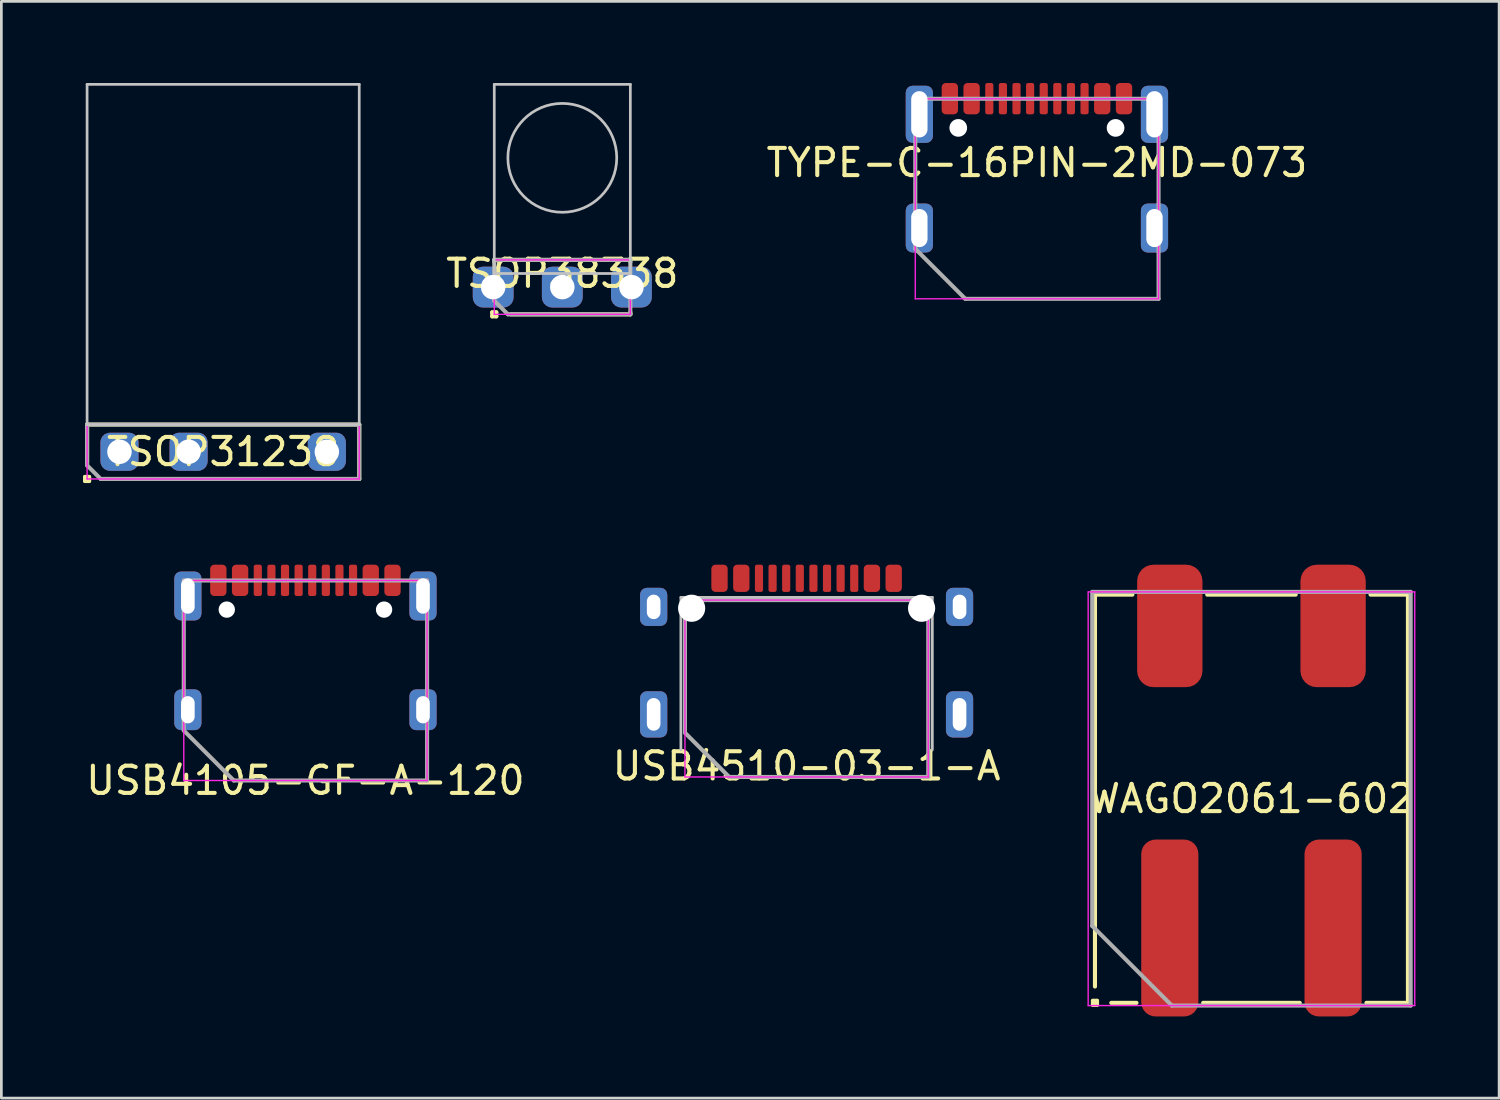
<source format=kicad_pcb>
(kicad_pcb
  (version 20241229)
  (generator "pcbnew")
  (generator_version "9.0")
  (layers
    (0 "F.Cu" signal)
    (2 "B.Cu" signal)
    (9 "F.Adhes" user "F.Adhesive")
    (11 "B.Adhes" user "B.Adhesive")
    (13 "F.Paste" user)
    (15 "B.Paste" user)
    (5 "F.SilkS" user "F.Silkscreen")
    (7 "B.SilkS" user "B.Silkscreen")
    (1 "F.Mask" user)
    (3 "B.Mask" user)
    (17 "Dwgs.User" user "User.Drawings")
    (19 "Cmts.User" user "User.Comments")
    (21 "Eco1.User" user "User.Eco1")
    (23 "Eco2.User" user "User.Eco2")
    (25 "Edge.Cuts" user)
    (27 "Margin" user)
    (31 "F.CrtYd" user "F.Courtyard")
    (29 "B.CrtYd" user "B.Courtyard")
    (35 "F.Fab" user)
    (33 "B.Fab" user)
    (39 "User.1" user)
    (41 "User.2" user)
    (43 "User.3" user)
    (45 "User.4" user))
  (footprint "USB4105-GF-A-120"
    (layer "F.Cu")
    (at 8.173 25.63)
    (property "Reference" "USB4105-GF-A-120" (at 0 0 0) (layer "F.SilkS") (effects (font (size 1 1) (thickness 0.15))))
    (attr through_hole)
    (fp_line (start -4.47 -7.35) (end 4.47 -7.35) (stroke (width 0.05) (type solid)) (layer "F.CrtYd"))
    (fp_line (start -4.47 0) (end -4.47 -7.35) (stroke (width 0.05) (type solid)) (layer "F.CrtYd"))
    (fp_line (start 4.47 -7.35) (end 4.47 0) (stroke (width 0.05) (type solid)) (layer "F.CrtYd"))
    (fp_line (start 4.47 0) (end -4.47 0) (stroke (width 0.05) (type solid)) (layer "F.CrtYd"))
    (fp_line (start -4.47 -7.35) (end -4.47 -1.837) (stroke (width 0.15) (type solid)) (layer "F.Fab"))
    (fp_line (start -2.632 0) (end -4.47 -1.837) (stroke (width 0.15) (type solid)) (layer "F.Fab"))
    (fp_line (start -2.632 0) (end 4.47 0) (stroke (width 0.15) (type solid)) (layer "F.Fab"))
    (fp_line (start 4.47 -7.35) (end -4.47 -7.35) (stroke (width 0.15) (type solid)) (layer "F.Fab"))
    (fp_line (start 4.47 0) (end 4.47 -7.35) (stroke (width 0.15) (type solid)) (layer "F.Fab"))
    (pad "" np_thru_hole circle (at -2.89 -6.28) (size 0.6 0.6) (drill 0.6) (layers "*.Cu" "*.Mask"))
    (pad "" np_thru_hole circle (at 2.89 -6.28) (size 0.6 0.6) (drill 0.6) (layers "*.Cu" "*.Mask"))
    (pad "A1" smd roundrect (at -3.2 -7.355) (size 0.6 1.15) (layers "F.Cu" "F.Mask" "F.Paste") (roundrect_rratio 0.25))
    (pad "A1" smd roundrect (at 3.2 -7.355) (size 0.6 1.15) (layers "F.Cu" "F.Mask" "F.Paste") (roundrect_rratio 0.25))
    (pad "A4" smd roundrect (at -2.4 -7.355) (size 0.6 1.15) (layers "F.Cu" "F.Mask" "F.Paste") (roundrect_rratio 0.25))
    (pad "A4" smd roundrect (at 2.4 -7.355) (size 0.6 1.15) (layers "F.Cu" "F.Mask" "F.Paste") (roundrect_rratio 0.25))
    (pad "A5" smd roundrect (at -1.25 -7.355) (size 0.3 1.15) (layers "F.Cu" "F.Mask" "F.Paste") (roundrect_rratio 0.25))
    (pad "A6" smd roundrect (at -0.25 -7.355) (size 0.3 1.15) (layers "F.Cu" "F.Mask" "F.Paste") (roundrect_rratio 0.25))
    (pad "A7" smd roundrect (at 0.25 -7.355) (size 0.3 1.15) (layers "F.Cu" "F.Mask" "F.Paste") (roundrect_rratio 0.25))
    (pad "A8" smd roundrect (at 1.25 -7.355) (size 0.3 1.15) (layers "F.Cu" "F.Mask" "F.Paste") (roundrect_rratio 0.25))
    (pad "B5" smd roundrect (at 1.75 -7.355) (size 0.3 1.15) (layers "F.Cu" "F.Mask" "F.Paste") (roundrect_rratio 0.25))
    (pad "B6" smd roundrect (at 0.75 -7.355) (size 0.3 1.15) (layers "F.Cu" "F.Mask" "F.Paste") (roundrect_rratio 0.25))
    (pad "B7" smd roundrect (at -0.75 -7.355) (size 0.3 1.15) (layers "F.Cu" "F.Mask" "F.Paste") (roundrect_rratio 0.25))
    (pad "B8" smd roundrect (at -1.75 -7.355) (size 0.3 1.15) (layers "F.Cu" "F.Mask" "F.Paste") (roundrect_rratio 0.25))
    (pad "S1" thru_hole roundrect (at -4.32 -6.78) (size 1 1.8) (drill oval 0.5 1.3) (layers "*.Cu" "*.Mask") (roundrect_rratio 0.25))
    (pad "S1" thru_hole roundrect (at -4.32 -2.6) (size 1 1.5) (drill oval 0.5 1) (layers "*.Cu" "*.Mask") (roundrect_rratio 0.25))
    (pad "S1" thru_hole roundrect (at 4.32 -6.78) (size 1 1.8) (drill oval 0.5 1.3) (layers "*.Cu" "*.Mask") (roundrect_rratio 0.25))
    (pad "S1" thru_hole roundrect (at 4.32 -2.6) (size 1 1.5) (drill oval 0.5 1) (layers "*.Cu" "*.Mask") (roundrect_rratio 0.25)))
  (footprint "WAGO2061-602"
    (layer "F.Cu")
    (at 42.935 26.3)
    (property "Reference" "WAGO2061-602" (at 0 0 0) (layer "F.SilkS") (effects (font (size 1 1) (thickness 0.15))))
    (attr smd)
    (fp_line (start -5.825 7.425) (end -5.675 7.425) (stroke (width 0.15) (type solid)) (layer "F.SilkS"))
    (fp_line (start -5.825 7.575) (end -5.825 7.425) (stroke (width 0.15) (type solid)) (layer "F.SilkS"))
    (fp_line (start -5.75 -7.5) (end -5.75 6.9) (stroke (width 0.15) (type solid)) (layer "F.SilkS"))
    (fp_line (start -5.675 7.425) (end -5.675 7.575) (stroke (width 0.15) (type solid)) (layer "F.SilkS"))
    (fp_line (start -5.675 7.575) (end -5.825 7.575) (stroke (width 0.15) (type solid)) (layer "F.SilkS"))
    (fp_line (start -5.15 7.5) (end -4.225 7.5) (stroke (width 0.15) (type solid)) (layer "F.SilkS"))
    (fp_line (start -4.375 -7.5) (end -5.75 -7.5) (stroke (width 0.15) (type solid)) (layer "F.SilkS"))
    (fp_line (start -1.775 7.5) (end 1.775 7.5) (stroke (width 0.15) (type solid)) (layer "F.SilkS"))
    (fp_line (start 1.625 -7.5) (end -1.625 -7.5) (stroke (width 0.15) (type solid)) (layer "F.SilkS"))
    (fp_line (start 4.225 7.5) (end 5.75 7.5) (stroke (width 0.15) (type solid)) (layer "F.SilkS"))
    (fp_line (start 5.75 -7.5) (end 4.375 -7.5) (stroke (width 0.15) (type solid)) (layer "F.SilkS"))
    (fp_line (start 5.75 7.5) (end 5.75 -7.5) (stroke (width 0.15) (type solid)) (layer "F.SilkS"))
    (fp_line (start -6 -7.6) (end 6 -7.6) (stroke (width 0.05) (type solid)) (layer "F.CrtYd"))
    (fp_line (start -6 7.6) (end -6 -7.6) (stroke (width 0.05) (type solid)) (layer "F.CrtYd"))
    (fp_line (start 6 -7.6) (end 6 7.6) (stroke (width 0.05) (type solid)) (layer "F.CrtYd"))
    (fp_line (start 6 7.6) (end -6 7.6) (stroke (width 0.05) (type solid)) (layer "F.CrtYd"))
    (fp_line (start -5.85 -7.6) (end -5.85 4.675) (stroke (width 0.15) (type solid)) (layer "F.Fab"))
    (fp_line (start -2.925 7.6) (end -5.85 4.675) (stroke (width 0.15) (type solid)) (layer "F.Fab"))
    (fp_line (start -2.925 7.6) (end 5.85 7.6) (stroke (width 0.15) (type solid)) (layer "F.Fab"))
    (fp_line (start 5.85 -7.6) (end -5.85 -7.6) (stroke (width 0.15) (type solid)) (layer "F.Fab"))
    (fp_line (start 5.85 7.6) (end 5.85 -7.6) (stroke (width 0.15) (type solid)) (layer "F.Fab"))
    (pad "1" smd roundrect (at -3 -6.35) (size 2.4 4.5) (layers "F.Cu" "F.Mask" "F.Paste") (roundrect_rratio 0.25))
    (pad "1" smd roundrect (at -3 4.75) (size 2.1 6.5) (layers "F.Cu" "F.Mask" "F.Paste") (roundrect_rratio 0.25))
    (pad "2" smd roundrect (at 3 -6.35) (size 2.4 4.5) (layers "F.Cu" "F.Mask" "F.Paste") (roundrect_rratio 0.25))
    (pad "2" smd roundrect (at 3 4.75) (size 2.1 6.5) (layers "F.Cu" "F.Mask" "F.Paste") (roundrect_rratio 0.25)))
  (footprint "TSOP38338"
    (layer "F.Cu")
    (at 17.612 7)
    (property "Reference" "TSOP38338" (at 0 0 0) (layer "F.SilkS") (effects (font (size 1 1) (thickness 0.15))))
    (attr through_hole)
    (fp_line (start -2.575 1.425) (end -2.425 1.425) (stroke (width 0.15) (type solid)) (layer "F.SilkS"))
    (fp_line (start -2.575 1.575) (end -2.575 1.425) (stroke (width 0.15) (type solid)) (layer "F.SilkS"))
    (fp_line (start -2.5 -0.5) (end -2.5 -0.425) (stroke (width 0.15) (type solid)) (layer "F.SilkS"))
    (fp_line (start -2.425 1.425) (end -2.425 1.575) (stroke (width 0.15) (type solid)) (layer "F.SilkS"))
    (fp_line (start -2.425 1.575) (end -2.575 1.575) (stroke (width 0.15) (type solid)) (layer "F.SilkS"))
    (fp_line (start -1.9 1.5) (end 2.5 1.5) (stroke (width 0.15) (type solid)) (layer "F.SilkS"))
    (fp_line (start 2.5 -0.5) (end -2.5 -0.5) (stroke (width 0.15) (type solid)) (layer "F.SilkS"))
    (fp_line (start 2.5 -0.425) (end 2.5 -0.5) (stroke (width 0.15) (type solid)) (layer "F.SilkS"))
    (fp_line (start 2.5 1.5) (end 2.5 1.425) (stroke (width 0.15) (type solid)) (layer "F.SilkS"))
    (fp_line (start -2.5 -6.95) (end -2.5 0) (stroke (width 0.1) (type solid)) (layer "Dwgs.User"))
    (fp_line (start -2.5 0) (end 2.5 0) (stroke (width 0.1) (type solid)) (layer "Dwgs.User"))
    (fp_line (start 2.5 -6.95) (end -2.5 -6.95) (stroke (width 0.1) (type solid)) (layer "Dwgs.User"))
    (fp_line (start 2.5 0) (end 2.5 -6.95) (stroke (width 0.1) (type solid)) (layer "Dwgs.User"))
    (fp_circle (center 0 -4.25) (end -2 -4.25) (stroke (width 0.1) (type default)) (fill no) (layer "Dwgs.User"))
    (fp_line (start -2.5 -0.5) (end 2.5 -0.5) (stroke (width 0.05) (type solid)) (layer "F.CrtYd"))
    (fp_line (start -2.5 1.5) (end -2.5 -0.5) (stroke (width 0.05) (type solid)) (layer "F.CrtYd"))
    (fp_line (start 2.5 -0.5) (end 2.5 1.5) (stroke (width 0.05) (type solid)) (layer "F.CrtYd"))
    (fp_line (start 2.5 1.5) (end -2.5 1.5) (stroke (width 0.05) (type solid)) (layer "F.CrtYd"))
    (fp_line (start -2.5 -0.5) (end -2.5 1) (stroke (width 0.15) (type solid)) (layer "F.Fab"))
    (fp_line (start -2 1.5) (end -2.5 1) (stroke (width 0.15) (type solid)) (layer "F.Fab"))
    (fp_line (start -2 1.5) (end 2.5 1.5) (stroke (width 0.15) (type solid)) (layer "F.Fab"))
    (fp_line (start 2.5 -0.5) (end -2.5 -0.5) (stroke (width 0.15) (type solid)) (layer "F.Fab"))
    (fp_line (start 2.5 1.5) (end 2.5 -0.5) (stroke (width 0.15) (type solid)) (layer "F.Fab"))
    (pad "1" thru_hole roundrect (at -2.54 0.5) (size 1.5 1.5) (drill 0.9) (layers "*.Cu" "*.Mask") (remove_unused_layers yes) (keep_end_layers yes) (zone_layer_connections) (roundrect_rratio 0.25))
    (pad "2" thru_hole roundrect (at 0 0.5) (size 1.5 1.5) (drill 0.9) (layers "*.Cu" "*.Mask") (remove_unused_layers yes) (keep_end_layers yes) (zone_layer_connections) (roundrect_rratio 0.25))
    (pad "3" thru_hole roundrect (at 2.54 0.5) (size 1.5 1.5) (drill 0.9) (layers "*.Cu" "*.Mask") (remove_unused_layers yes) (keep_end_layers yes) (zone_layer_connections) (roundrect_rratio 0.25)))
  (footprint "USB4510-03-1-A"
    (layer "F.Cu")
    (at 26.589 25.1)
    (property "Reference" "USB4510-03-1-A" (at 0 0 0) (layer "F.SilkS") (effects (font (size 1 1) (thickness 0.15))))
    (attr through_hole)
    (fp_line (start -4.62 -6.2) (end 4.62 -6.2) (stroke (width 0.1) (type solid)) (layer "Dwgs.User"))
    (fp_line (start -4.62 -0.6) (end -4.62 -6.2) (stroke (width 0.1) (type solid)) (layer "Dwgs.User"))
    (fp_line (start 4.62 -6.2) (end 4.62 -0.6) (stroke (width 0.1) (type solid)) (layer "Dwgs.User"))
    (fp_line (start -4.47 -6.1) (end 4.47 -6.1) (stroke (width 0.05) (type solid)) (layer "F.CrtYd"))
    (fp_line (start -4.47 0.4) (end -4.47 -6.1) (stroke (width 0.05) (type solid)) (layer "F.CrtYd"))
    (fp_line (start 4.47 -6.1) (end 4.47 0.4) (stroke (width 0.05) (type solid)) (layer "F.CrtYd"))
    (fp_line (start 4.47 0.4) (end -4.47 0.4) (stroke (width 0.05) (type solid)) (layer "F.CrtYd"))
    (fp_line (start -4.47 -6.1) (end -4.47 -1.225) (stroke (width 0.15) (type solid)) (layer "F.Fab"))
    (fp_line (start -2.845 0.4) (end -4.47 -1.225) (stroke (width 0.15) (type solid)) (layer "F.Fab"))
    (fp_line (start -2.845 0.4) (end 4.47 0.4) (stroke (width 0.15) (type solid)) (layer "F.Fab"))
    (fp_line (start 4.47 -6.1) (end -4.47 -6.1) (stroke (width 0.15) (type solid)) (layer "F.Fab"))
    (fp_line (start 4.47 0.4) (end 4.47 -6.1) (stroke (width 0.15) (type solid)) (layer "F.Fab"))
    (pad "" np_thru_hole circle (at -4.225 -5.8) (size 1 1) (drill 1) (layers "*.Cu" "*.Mask"))
    (pad "" np_thru_hole circle (at 4.225 -5.8) (size 1 1) (drill 1) (layers "*.Cu" "*.Mask"))
    (pad "A1" smd roundrect (at -3.2 -6.9) (size 0.6 1) (layers "F.Cu" "F.Mask" "F.Paste") (roundrect_rratio 0.25))
    (pad "A1" smd roundrect (at 3.2 -6.9) (size 0.6 1) (layers "F.Cu" "F.Mask" "F.Paste") (roundrect_rratio 0.25))
    (pad "A4" smd roundrect (at -2.4 -6.9) (size 0.6 1) (layers "F.Cu" "F.Mask" "F.Paste") (roundrect_rratio 0.25))
    (pad "A4" smd roundrect (at 2.4 -6.9) (size 0.6 1) (layers "F.Cu" "F.Mask" "F.Paste") (roundrect_rratio 0.25))
    (pad "A5" smd roundrect (at -1.25 -6.9) (size 0.3 1) (layers "F.Cu" "F.Mask" "F.Paste") (roundrect_rratio 0.25))
    (pad "A6" smd roundrect (at -0.25 -6.9) (size 0.3 1) (layers "F.Cu" "F.Mask" "F.Paste") (roundrect_rratio 0.25))
    (pad "A7" smd roundrect (at 0.25 -6.9) (size 0.3 1) (layers "F.Cu" "F.Mask" "F.Paste") (roundrect_rratio 0.25))
    (pad "A8" smd roundrect (at 1.25 -6.9) (size 0.3 1) (layers "F.Cu" "F.Mask" "F.Paste") (roundrect_rratio 0.25))
    (pad "B5" smd roundrect (at 1.75 -6.9) (size 0.3 1) (layers "F.Cu" "F.Mask" "F.Paste") (roundrect_rratio 0.25))
    (pad "B6" smd roundrect (at 0.75 -6.9) (size 0.3 1) (layers "F.Cu" "F.Mask" "F.Paste") (roundrect_rratio 0.25))
    (pad "B7" smd roundrect (at -0.75 -6.9) (size 0.3 1) (layers "F.Cu" "F.Mask" "F.Paste") (roundrect_rratio 0.25))
    (pad "B8" smd roundrect (at -1.75 -6.9) (size 0.3 1) (layers "F.Cu" "F.Mask" "F.Paste") (roundrect_rratio 0.25))
    (pad "S1" thru_hole roundrect (at -5.62 -5.85) (size 1 1.4) (drill oval 0.5 0.9) (layers "*.Cu" "*.Mask") (roundrect_rratio 0.25))
    (pad "S1" thru_hole roundrect (at -5.62 -1.9) (size 1 1.7) (drill oval 0.5 1.2) (layers "*.Cu" "*.Mask") (roundrect_rratio 0.25))
    (pad "S1" thru_hole roundrect (at 5.62 -5.85) (size 1 1.4) (drill oval 0.5 0.9) (layers "*.Cu" "*.Mask") (roundrect_rratio 0.25))
    (pad "S1" thru_hole roundrect (at 5.62 -1.9) (size 1 1.7) (drill oval 0.5 1.2) (layers "*.Cu" "*.Mask") (roundrect_rratio 0.25)))
  (footprint "TYPE-C-16PIN-2MD-073"
    (layer "F.Cu")
    (at 35.052 2.93)
    (property "Reference" "TYPE-C-16PIN-2MD-073" (at 0 0 0) (layer "F.SilkS") (effects (font (size 1 1) (thickness 0.15))))
    (attr smd)
    (fp_line (start -4.47 -2.35) (end 4.47 -2.35) (stroke (width 0.05) (type solid)) (layer "F.CrtYd"))
    (fp_line (start -4.47 5) (end -4.47 -2.35) (stroke (width 0.05) (type solid)) (layer "F.CrtYd"))
    (fp_line (start 4.47 -2.35) (end 4.47 5) (stroke (width 0.05) (type solid)) (layer "F.CrtYd"))
    (fp_line (start 4.47 5) (end -4.47 5) (stroke (width 0.05) (type solid)) (layer "F.CrtYd"))
    (fp_line (start -4.47 -2.35) (end -4.47 3.163) (stroke (width 0.15) (type solid)) (layer "F.Fab"))
    (fp_line (start -2.632 5) (end -4.47 3.163) (stroke (width 0.15) (type solid)) (layer "F.Fab"))
    (fp_line (start -2.632 5) (end 4.47 5) (stroke (width 0.15) (type solid)) (layer "F.Fab"))
    (fp_line (start 4.47 -2.35) (end -4.47 -2.35) (stroke (width 0.15) (type solid)) (layer "F.Fab"))
    (fp_line (start 4.47 5) (end 4.47 -2.35) (stroke (width 0.15) (type solid)) (layer "F.Fab"))
    (pad "" np_thru_hole circle (at -2.89 -1.28) (size 0.65 0.65) (drill 0.65) (layers "*.Cu" "*.Mask"))
    (pad "" np_thru_hole circle (at 2.89 -1.28) (size 0.65 0.65) (drill 0.65) (layers "*.Cu" "*.Mask"))
    (pad "A1" smd roundrect (at -3.2 -2.355) (size 0.6 1.15) (layers "F.Cu" "F.Mask" "F.Paste") (roundrect_rratio 0.25))
    (pad "A1" smd roundrect (at 3.2 -2.355) (size 0.6 1.15) (layers "F.Cu" "F.Mask" "F.Paste") (roundrect_rratio 0.25))
    (pad "A4" smd roundrect (at -2.4 -2.355) (size 0.6 1.15) (layers "F.Cu" "F.Mask" "F.Paste") (roundrect_rratio 0.25))
    (pad "A4" smd roundrect (at 2.4 -2.355) (size 0.6 1.15) (layers "F.Cu" "F.Mask" "F.Paste") (roundrect_rratio 0.25))
    (pad "A5" smd roundrect (at -1.25 -2.355) (size 0.3 1.15) (layers "F.Cu" "F.Mask" "F.Paste") (roundrect_rratio 0.25))
    (pad "A6" smd roundrect (at -0.25 -2.355) (size 0.3 1.15) (layers "F.Cu" "F.Mask" "F.Paste") (roundrect_rratio 0.25))
    (pad "A7" smd roundrect (at 0.25 -2.355) (size 0.3 1.15) (layers "F.Cu" "F.Mask" "F.Paste") (roundrect_rratio 0.25))
    (pad "A8" smd roundrect (at 1.25 -2.355) (size 0.3 1.15) (layers "F.Cu" "F.Mask" "F.Paste") (roundrect_rratio 0.25))
    (pad "B5" smd roundrect (at 1.75 -2.355) (size 0.3 1.15) (layers "F.Cu" "F.Mask" "F.Paste") (roundrect_rratio 0.25))
    (pad "B6" smd roundrect (at 0.75 -2.355) (size 0.3 1.15) (layers "F.Cu" "F.Mask" "F.Paste") (roundrect_rratio 0.25))
    (pad "B7" smd roundrect (at -0.75 -2.355) (size 0.3 1.15) (layers "F.Cu" "F.Mask" "F.Paste") (roundrect_rratio 0.25))
    (pad "B8" smd roundrect (at -1.75 -2.355) (size 0.3 1.15) (layers "F.Cu" "F.Mask" "F.Paste") (roundrect_rratio 0.25))
    (pad "S1" thru_hole roundrect (at -4.32 -1.78) (size 1 2.1) (drill oval 0.6 1.7) (layers "*.Cu" "*.Mask") (remove_unused_layers yes) (keep_end_layers yes) (zone_layer_connections) (roundrect_rratio 0.25))
    (pad "S1" thru_hole roundrect (at -4.32 2.4) (size 1 1.8) (drill oval 0.6 1.4) (layers "*.Cu" "*.Mask") (remove_unused_layers yes) (keep_end_layers yes) (zone_layer_connections) (roundrect_rratio 0.25))
    (pad "S1" thru_hole roundrect (at 4.32 -1.78) (size 1 2.1) (drill oval 0.6 1.7) (layers "*.Cu" "*.Mask") (remove_unused_layers yes) (keep_end_layers yes) (zone_layer_connections) (roundrect_rratio 0.25))
    (pad "S1" thru_hole roundrect (at 4.32 2.4) (size 1 1.8) (drill oval 0.6 1.4) (layers "*.Cu" "*.Mask") (remove_unused_layers yes) (keep_end_layers yes) (zone_layer_connections) (roundrect_rratio 0.25)))
  (footprint "TSOP31238"
    (layer "F.Cu")
    (at 5.15 13.55)
    (property "Reference" "TSOP31238" (at 0 0 0) (layer "F.SilkS") (effects (font (size 1 1) (thickness 0.15))))
    (attr through_hole)
    (fp_line (start -5.075 0.925) (end -4.925 0.925) (stroke (width 0.15) (type solid)) (layer "F.SilkS"))
    (fp_line (start -5.075 1.075) (end -5.075 0.925) (stroke (width 0.15) (type solid)) (layer "F.SilkS"))
    (fp_line (start -5 -1) (end -5 0.4) (stroke (width 0.15) (type solid)) (layer "F.SilkS"))
    (fp_line (start -4.925 0.925) (end -4.925 1.075) (stroke (width 0.15) (type solid)) (layer "F.SilkS"))
    (fp_line (start -4.925 1.075) (end -5.075 1.075) (stroke (width 0.15) (type solid)) (layer "F.SilkS"))
    (fp_line (start -4.4 1) (end 5 1) (stroke (width 0.15) (type solid)) (layer "F.SilkS"))
    (fp_line (start 5 -1) (end -5 -1) (stroke (width 0.15) (type solid)) (layer "F.SilkS"))
    (fp_line (start 5 1) (end 5 -1) (stroke (width 0.15) (type solid)) (layer "F.SilkS"))
    (fp_line (start -5 -13.5) (end -5 -1) (stroke (width 0.1) (type solid)) (layer "Dwgs.User"))
    (fp_line (start -5 -1) (end 5 -1) (stroke (width 0.1) (type solid)) (layer "Dwgs.User"))
    (fp_line (start 5 -13.5) (end -5 -13.5) (stroke (width 0.1) (type solid)) (layer "Dwgs.User"))
    (fp_line (start 5 -1) (end 5 -13.5) (stroke (width 0.1) (type solid)) (layer "Dwgs.User"))
    (fp_line (start -5 -1) (end 5 -1) (stroke (width 0.05) (type solid)) (layer "F.CrtYd"))
    (fp_line (start -5 1) (end -5 -1) (stroke (width 0.05) (type solid)) (layer "F.CrtYd"))
    (fp_line (start 5 -1) (end 5 1) (stroke (width 0.05) (type solid)) (layer "F.CrtYd"))
    (fp_line (start 5 1) (end -5 1) (stroke (width 0.05) (type solid)) (layer "F.CrtYd"))
    (fp_line (start -5 -1) (end -5 0.5) (stroke (width 0.15) (type solid)) (layer "F.Fab"))
    (fp_line (start -4.5 1) (end -5 0.5) (stroke (width 0.15) (type solid)) (layer "F.Fab"))
    (fp_line (start -4.5 1) (end 5 1) (stroke (width 0.15) (type solid)) (layer "F.Fab"))
    (fp_line (start 5 -1) (end -5 -1) (stroke (width 0.15) (type solid)) (layer "F.Fab"))
    (fp_line (start 5 1) (end 5 -1) (stroke (width 0.15) (type solid)) (layer "F.Fab"))
    (pad "1" thru_hole roundrect (at -3.81 0) (size 1.4 1.4) (drill 0.9) (layers "*.Cu" "*.Mask") (roundrect_rratio 0.25))
    (pad "2" thru_hole roundrect (at -1.27 0) (size 1.4 1.4) (drill 0.9) (layers "*.Cu" "*.Mask") (roundrect_rratio 0.25))
    (pad "3" thru_hole roundrect (at 3.81 0) (size 1.4 1.4) (drill 0.9) (layers "*.Cu" "*.Mask") (roundrect_rratio 0.25)))
  (gr_rect
    (start -3 -3)
    (end 52.036 37.3)
    (stroke (width 0.1) (type default))
    (fill no)
    (layer "Edge.Cuts")))
</source>
